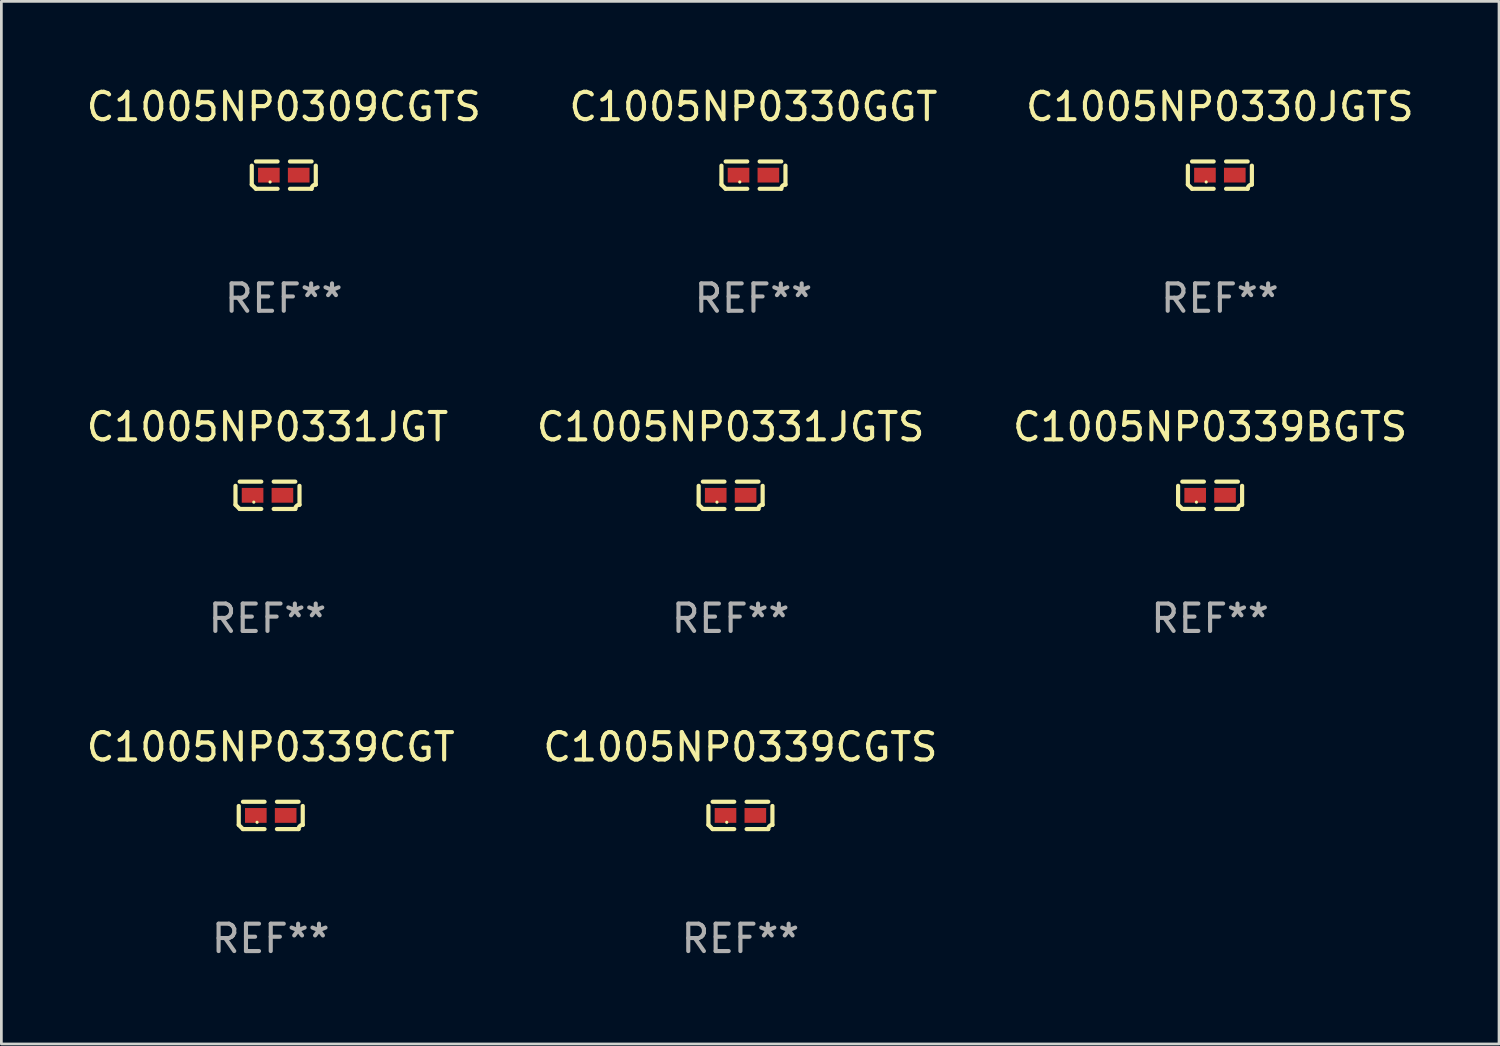
<source format=kicad_pcb>
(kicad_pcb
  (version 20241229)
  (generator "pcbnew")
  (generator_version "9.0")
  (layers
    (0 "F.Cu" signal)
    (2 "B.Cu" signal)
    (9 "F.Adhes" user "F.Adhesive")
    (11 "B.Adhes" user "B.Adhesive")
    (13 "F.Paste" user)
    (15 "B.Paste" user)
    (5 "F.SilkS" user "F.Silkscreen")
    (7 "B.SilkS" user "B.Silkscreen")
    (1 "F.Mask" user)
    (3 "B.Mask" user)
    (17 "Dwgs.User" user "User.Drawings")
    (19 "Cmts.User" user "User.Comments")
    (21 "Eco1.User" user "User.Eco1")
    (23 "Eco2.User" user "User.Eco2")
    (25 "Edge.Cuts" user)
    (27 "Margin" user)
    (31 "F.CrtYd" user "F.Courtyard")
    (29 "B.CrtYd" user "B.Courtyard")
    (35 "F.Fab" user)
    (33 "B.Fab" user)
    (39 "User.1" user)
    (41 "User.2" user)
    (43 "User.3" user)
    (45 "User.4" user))
  (footprint "C1005NP0330GGT"
    (layer "F.Cu")
    (at 24.47 3.347)
    (property "Reference" "C1005NP0330GGT" (at 0 -2.499 0) (layer "F.SilkS") (effects (font (size 1 1) (thickness 0.15))))
    (attr through_hole)
    (fp_line (start -1.169 0.346) (end -1.169 -0.346) (stroke (width 0.152) (type solid)) (layer "F.SilkS"))
    (fp_line (start -1.016 -0.499) (end -0.226 -0.499) (stroke (width 0.152) (type solid)) (layer "F.SilkS"))
    (fp_line (start -0.226 0.499) (end -1.016 0.499) (stroke (width 0.152) (type solid)) (layer "F.SilkS"))
    (fp_line (start 0.226 0.499) (end 1.016 0.499) (stroke (width 0.152) (type solid)) (layer "F.SilkS"))
    (fp_line (start 1.016 -0.499) (end 0.226 -0.499) (stroke (width 0.152) (type solid)) (layer "F.SilkS"))
    (fp_line (start 1.169 0.346) (end 1.169 -0.346) (stroke (width 0.152) (type solid)) (layer "F.SilkS"))
    (fp_arc (start -1.016307 0.498603) (mid -1.092512 0.422405) (end -1.16871 0.3462) (stroke (width 0.1524) (type solid)) (layer "F.SilkS"))
    (fp_arc (start 1.016307 0.498603) (mid 1.060899 0.390758) (end 1.168707 0.346076) (stroke (width 0.1524) (type solid)) (layer "F.SilkS"))
    (fp_circle (center -0.5 0.25) (end -0.47 0.25) (stroke (width 0.06) (type solid)) (fill no) (layer "F.SilkS"))
    (fp_text user "REF**" (at 0 4.499 0) (layer "F.Fab") (effects (font (size 1 1) (thickness 0.15))))
    (pad "1" smd rect (at -0.545 0) (size 0.79 0.54) (layers "F.Cu" "F.Mask" "F.Paste"))
    (pad "2" smd rect (at 0.545 0) (size 0.79 0.54) (layers "F.Cu" "F.Mask" "F.Paste")))
  (footprint "C1005NP0330JGTS"
    (layer "F.Cu")
    (at 41.506 3.347)
    (property "Reference" "C1005NP0330JGTS" (at 0 -2.499 0) (layer "F.SilkS") (effects (font (size 1 1) (thickness 0.15))))
    (attr through_hole)
    (fp_line (start -1.169 0.346) (end -1.169 -0.346) (stroke (width 0.152) (type solid)) (layer "F.SilkS"))
    (fp_line (start -1.016 -0.499) (end -0.226 -0.499) (stroke (width 0.152) (type solid)) (layer "F.SilkS"))
    (fp_line (start -0.226 0.499) (end -1.016 0.499) (stroke (width 0.152) (type solid)) (layer "F.SilkS"))
    (fp_line (start 0.226 0.499) (end 1.016 0.499) (stroke (width 0.152) (type solid)) (layer "F.SilkS"))
    (fp_line (start 1.016 -0.499) (end 0.226 -0.499) (stroke (width 0.152) (type solid)) (layer "F.SilkS"))
    (fp_line (start 1.169 0.346) (end 1.169 -0.346) (stroke (width 0.152) (type solid)) (layer "F.SilkS"))
    (fp_arc (start -1.016307 0.498603) (mid -1.092512 0.422405) (end -1.16871 0.3462) (stroke (width 0.1524) (type solid)) (layer "F.SilkS"))
    (fp_arc (start 1.016307 0.498603) (mid 1.060899 0.390758) (end 1.168707 0.346076) (stroke (width 0.1524) (type solid)) (layer "F.SilkS"))
    (fp_circle (center -0.5 0.25) (end -0.47 0.25) (stroke (width 0.06) (type solid)) (fill no) (layer "F.SilkS"))
    (fp_text user "REF**" (at 0 4.499 0) (layer "F.Fab") (effects (font (size 1 1) (thickness 0.15))))
    (pad "1" smd rect (at -0.545 0) (size 0.79 0.54) (layers "F.Cu" "F.Mask" "F.Paste"))
    (pad "2" smd rect (at 0.545 0) (size 0.79 0.54) (layers "F.Cu" "F.Mask" "F.Paste")))
  (footprint "C1005NP0331JGTS"
    (layer "F.Cu")
    (at 23.637 15.041)
    (property "Reference" "C1005NP0331JGTS" (at 0 -2.499 0) (layer "F.SilkS") (effects (font (size 1 1) (thickness 0.15))))
    (attr through_hole)
    (fp_line (start -1.169 0.346) (end -1.169 -0.346) (stroke (width 0.152) (type solid)) (layer "F.SilkS"))
    (fp_line (start -1.016 -0.499) (end -0.226 -0.499) (stroke (width 0.152) (type solid)) (layer "F.SilkS"))
    (fp_line (start -0.226 0.499) (end -1.016 0.499) (stroke (width 0.152) (type solid)) (layer "F.SilkS"))
    (fp_line (start 0.226 0.499) (end 1.016 0.499) (stroke (width 0.152) (type solid)) (layer "F.SilkS"))
    (fp_line (start 1.016 -0.499) (end 0.226 -0.499) (stroke (width 0.152) (type solid)) (layer "F.SilkS"))
    (fp_line (start 1.169 0.346) (end 1.169 -0.346) (stroke (width 0.152) (type solid)) (layer "F.SilkS"))
    (fp_arc (start -1.016307 0.498603) (mid -1.092512 0.422405) (end -1.16871 0.3462) (stroke (width 0.1524) (type solid)) (layer "F.SilkS"))
    (fp_arc (start 1.016307 0.498603) (mid 1.060899 0.390758) (end 1.168707 0.346076) (stroke (width 0.1524) (type solid)) (layer "F.SilkS"))
    (fp_circle (center -0.5 0.25) (end -0.47 0.25) (stroke (width 0.06) (type solid)) (fill no) (layer "F.SilkS"))
    (fp_text user "REF**" (at 0 4.499 0) (layer "F.Fab") (effects (font (size 1 1) (thickness 0.15))))
    (pad "1" smd rect (at -0.545 0) (size 0.79 0.54) (layers "F.Cu" "F.Mask" "F.Paste"))
    (pad "2" smd rect (at 0.545 0) (size 0.79 0.54) (layers "F.Cu" "F.Mask" "F.Paste")))
  (footprint "C1005NP0339BGTS"
    (layer "F.Cu")
    (at 41.149 15.041)
    (property "Reference" "C1005NP0339BGTS" (at 0 -2.499 0) (layer "F.SilkS") (effects (font (size 1 1) (thickness 0.15))))
    (attr through_hole)
    (fp_line (start -1.169 0.346) (end -1.169 -0.346) (stroke (width 0.152) (type solid)) (layer "F.SilkS"))
    (fp_line (start -1.016 -0.499) (end -0.226 -0.499) (stroke (width 0.152) (type solid)) (layer "F.SilkS"))
    (fp_line (start -0.226 0.499) (end -1.016 0.499) (stroke (width 0.152) (type solid)) (layer "F.SilkS"))
    (fp_line (start 0.226 0.499) (end 1.016 0.499) (stroke (width 0.152) (type solid)) (layer "F.SilkS"))
    (fp_line (start 1.016 -0.499) (end 0.226 -0.499) (stroke (width 0.152) (type solid)) (layer "F.SilkS"))
    (fp_line (start 1.169 0.346) (end 1.169 -0.346) (stroke (width 0.152) (type solid)) (layer "F.SilkS"))
    (fp_arc (start -1.016307 0.498603) (mid -1.092512 0.422405) (end -1.16871 0.3462) (stroke (width 0.1524) (type solid)) (layer "F.SilkS"))
    (fp_arc (start 1.016307 0.498603) (mid 1.060899 0.390758) (end 1.168707 0.346076) (stroke (width 0.1524) (type solid)) (layer "F.SilkS"))
    (fp_circle (center -0.5 0.25) (end -0.47 0.25) (stroke (width 0.06) (type solid)) (fill no) (layer "F.SilkS"))
    (fp_text user "REF**" (at 0 4.499 0) (layer "F.Fab") (effects (font (size 1 1) (thickness 0.15))))
    (pad "1" smd rect (at -0.545 0) (size 0.79 0.54) (layers "F.Cu" "F.Mask" "F.Paste"))
    (pad "2" smd rect (at 0.545 0) (size 0.79 0.54) (layers "F.Cu" "F.Mask" "F.Paste")))
  (footprint "C1005NP0339CGT"
    (layer "F.Cu")
    (at 6.839 26.734)
    (property "Reference" "C1005NP0339CGT" (at 0 -2.499 0) (layer "F.SilkS") (effects (font (size 1 1) (thickness 0.15))))
    (attr through_hole)
    (fp_line (start -1.169 0.346) (end -1.169 -0.346) (stroke (width 0.152) (type solid)) (layer "F.SilkS"))
    (fp_line (start -1.016 -0.499) (end -0.226 -0.499) (stroke (width 0.152) (type solid)) (layer "F.SilkS"))
    (fp_line (start -0.226 0.499) (end -1.016 0.499) (stroke (width 0.152) (type solid)) (layer "F.SilkS"))
    (fp_line (start 0.226 0.499) (end 1.016 0.499) (stroke (width 0.152) (type solid)) (layer "F.SilkS"))
    (fp_line (start 1.016 -0.499) (end 0.226 -0.499) (stroke (width 0.152) (type solid)) (layer "F.SilkS"))
    (fp_line (start 1.169 0.346) (end 1.169 -0.346) (stroke (width 0.152) (type solid)) (layer "F.SilkS"))
    (fp_arc (start -1.016307 0.498603) (mid -1.092512 0.422405) (end -1.16871 0.3462) (stroke (width 0.1524) (type solid)) (layer "F.SilkS"))
    (fp_arc (start 1.016307 0.498603) (mid 1.060899 0.390758) (end 1.168707 0.346076) (stroke (width 0.1524) (type solid)) (layer "F.SilkS"))
    (fp_circle (center -0.5 0.25) (end -0.47 0.25) (stroke (width 0.06) (type solid)) (fill no) (layer "F.SilkS"))
    (fp_text user "REF**" (at 0 4.499 0) (layer "F.Fab") (effects (font (size 1 1) (thickness 0.15))))
    (pad "1" smd rect (at -0.545 0) (size 0.79 0.54) (layers "F.Cu" "F.Mask" "F.Paste"))
    (pad "2" smd rect (at 0.545 0) (size 0.79 0.54) (layers "F.Cu" "F.Mask" "F.Paste")))
  (footprint "C1005NP0339CGTS"
    (layer "F.Cu")
    (at 23.994 26.734)
    (property "Reference" "C1005NP0339CGTS" (at 0 -2.499 0) (layer "F.SilkS") (effects (font (size 1 1) (thickness 0.15))))
    (attr through_hole)
    (fp_line (start -1.169 0.346) (end -1.169 -0.346) (stroke (width 0.152) (type solid)) (layer "F.SilkS"))
    (fp_line (start -1.016 -0.499) (end -0.226 -0.499) (stroke (width 0.152) (type solid)) (layer "F.SilkS"))
    (fp_line (start -0.226 0.499) (end -1.016 0.499) (stroke (width 0.152) (type solid)) (layer "F.SilkS"))
    (fp_line (start 0.226 0.499) (end 1.016 0.499) (stroke (width 0.152) (type solid)) (layer "F.SilkS"))
    (fp_line (start 1.016 -0.499) (end 0.226 -0.499) (stroke (width 0.152) (type solid)) (layer "F.SilkS"))
    (fp_line (start 1.169 0.346) (end 1.169 -0.346) (stroke (width 0.152) (type solid)) (layer "F.SilkS"))
    (fp_arc (start -1.016307 0.498603) (mid -1.092512 0.422405) (end -1.16871 0.3462) (stroke (width 0.1524) (type solid)) (layer "F.SilkS"))
    (fp_arc (start 1.016307 0.498603) (mid 1.060899 0.390758) (end 1.168707 0.346076) (stroke (width 0.1524) (type solid)) (layer "F.SilkS"))
    (fp_circle (center -0.5 0.25) (end -0.47 0.25) (stroke (width 0.06) (type solid)) (fill no) (layer "F.SilkS"))
    (fp_text user "REF**" (at 0 4.499 0) (layer "F.Fab") (effects (font (size 1 1) (thickness 0.15))))
    (pad "1" smd rect (at -0.545 0) (size 0.79 0.54) (layers "F.Cu" "F.Mask" "F.Paste"))
    (pad "2" smd rect (at 0.545 0) (size 0.79 0.54) (layers "F.Cu" "F.Mask" "F.Paste")))
  (footprint "C1005NP0309CGTS"
    (layer "F.Cu")
    (at 7.315 3.347)
    (property "Reference" "C1005NP0309CGTS" (at 0 -2.499 0) (layer "F.SilkS") (effects (font (size 1 1) (thickness 0.15))))
    (attr through_hole)
    (fp_line (start -1.169 0.346) (end -1.169 -0.346) (stroke (width 0.152) (type solid)) (layer "F.SilkS"))
    (fp_line (start -1.016 -0.499) (end -0.226 -0.499) (stroke (width 0.152) (type solid)) (layer "F.SilkS"))
    (fp_line (start -0.226 0.499) (end -1.016 0.499) (stroke (width 0.152) (type solid)) (layer "F.SilkS"))
    (fp_line (start 0.226 0.499) (end 1.016 0.499) (stroke (width 0.152) (type solid)) (layer "F.SilkS"))
    (fp_line (start 1.016 -0.499) (end 0.226 -0.499) (stroke (width 0.152) (type solid)) (layer "F.SilkS"))
    (fp_line (start 1.169 0.346) (end 1.169 -0.346) (stroke (width 0.152) (type solid)) (layer "F.SilkS"))
    (fp_arc (start -1.016307 0.498603) (mid -1.092512 0.422405) (end -1.16871 0.3462) (stroke (width 0.1524) (type solid)) (layer "F.SilkS"))
    (fp_arc (start 1.016307 0.498603) (mid 1.060899 0.390758) (end 1.168707 0.346076) (stroke (width 0.1524) (type solid)) (layer "F.SilkS"))
    (fp_circle (center -0.5 0.25) (end -0.47 0.25) (stroke (width 0.06) (type solid)) (fill no) (layer "F.SilkS"))
    (fp_text user "REF**" (at 0 4.499 0) (layer "F.Fab") (effects (font (size 1 1) (thickness 0.15))))
    (pad "1" smd rect (at -0.545 0) (size 0.79 0.54) (layers "F.Cu" "F.Mask" "F.Paste"))
    (pad "2" smd rect (at 0.545 0) (size 0.79 0.54) (layers "F.Cu" "F.Mask" "F.Paste")))
  (footprint "C1005NP0331JGT"
    (layer "F.Cu")
    (at 6.72 15.041)
    (property "Reference" "C1005NP0331JGT" (at 0 -2.499 0) (layer "F.SilkS") (effects (font (size 1 1) (thickness 0.15))))
    (attr through_hole)
    (fp_line (start -1.169 0.346) (end -1.169 -0.346) (stroke (width 0.152) (type solid)) (layer "F.SilkS"))
    (fp_line (start -1.016 -0.499) (end -0.226 -0.499) (stroke (width 0.152) (type solid)) (layer "F.SilkS"))
    (fp_line (start -0.226 0.499) (end -1.016 0.499) (stroke (width 0.152) (type solid)) (layer "F.SilkS"))
    (fp_line (start 0.226 0.499) (end 1.016 0.499) (stroke (width 0.152) (type solid)) (layer "F.SilkS"))
    (fp_line (start 1.016 -0.499) (end 0.226 -0.499) (stroke (width 0.152) (type solid)) (layer "F.SilkS"))
    (fp_line (start 1.169 0.346) (end 1.169 -0.346) (stroke (width 0.152) (type solid)) (layer "F.SilkS"))
    (fp_arc (start -1.016307 0.498603) (mid -1.092512 0.422405) (end -1.16871 0.3462) (stroke (width 0.1524) (type solid)) (layer "F.SilkS"))
    (fp_arc (start 1.016307 0.498603) (mid 1.060899 0.390758) (end 1.168707 0.346076) (stroke (width 0.1524) (type solid)) (layer "F.SilkS"))
    (fp_circle (center -0.5 0.25) (end -0.47 0.25) (stroke (width 0.06) (type solid)) (fill no) (layer "F.SilkS"))
    (fp_text user "REF**" (at 0 4.499 0) (layer "F.Fab") (effects (font (size 1 1) (thickness 0.15))))
    (pad "1" smd rect (at -0.545 0) (size 0.79 0.54) (layers "F.Cu" "F.Mask" "F.Paste"))
    (pad "2" smd rect (at 0.545 0) (size 0.79 0.54) (layers "F.Cu" "F.Mask" "F.Paste")))
  (gr_rect
    (start -3 -3)
    (end 51.702 35.081)
    (stroke (width 0.1) (type default))
    (fill no)
    (layer "Edge.Cuts")))
</source>
